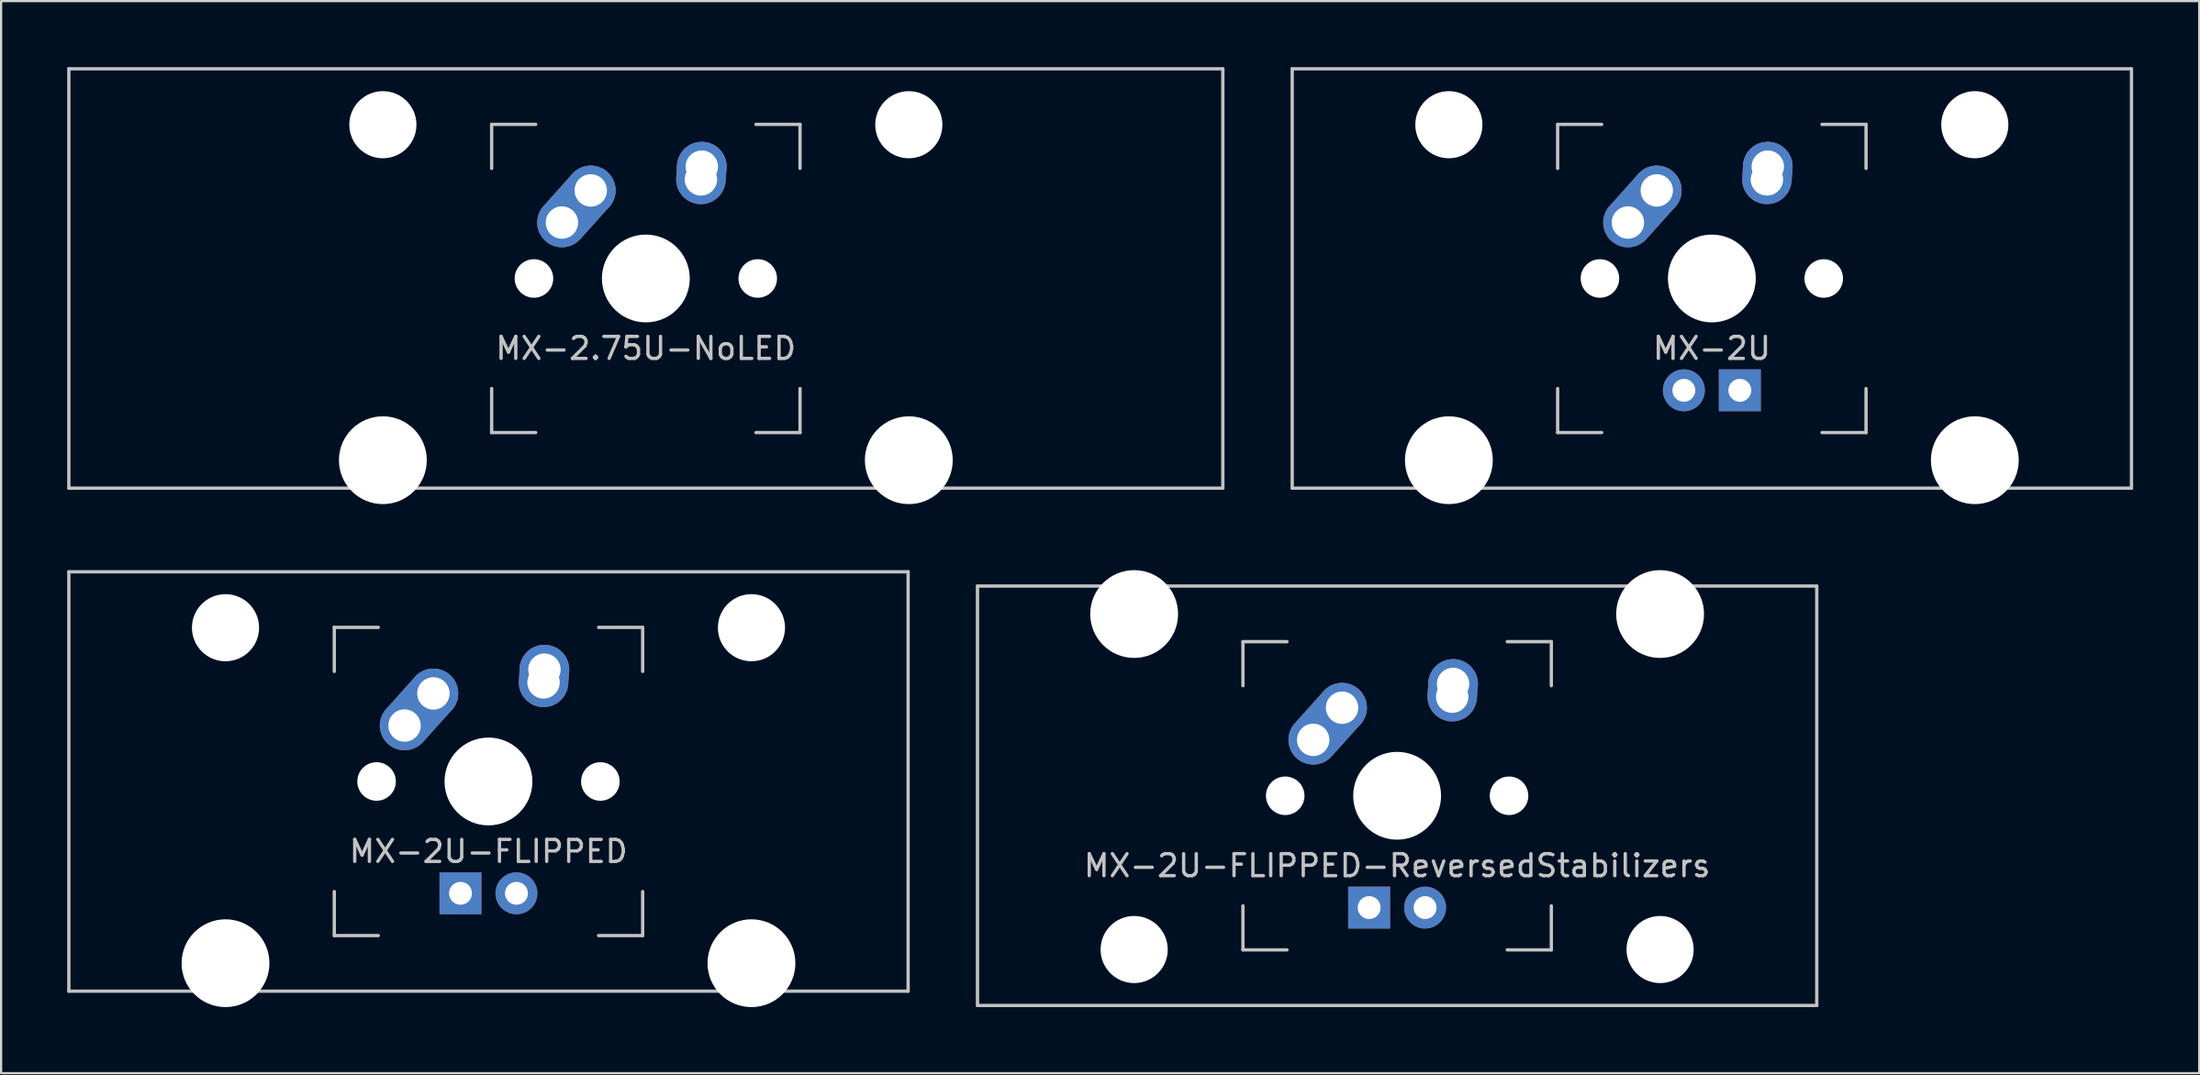
<source format=kicad_pcb>
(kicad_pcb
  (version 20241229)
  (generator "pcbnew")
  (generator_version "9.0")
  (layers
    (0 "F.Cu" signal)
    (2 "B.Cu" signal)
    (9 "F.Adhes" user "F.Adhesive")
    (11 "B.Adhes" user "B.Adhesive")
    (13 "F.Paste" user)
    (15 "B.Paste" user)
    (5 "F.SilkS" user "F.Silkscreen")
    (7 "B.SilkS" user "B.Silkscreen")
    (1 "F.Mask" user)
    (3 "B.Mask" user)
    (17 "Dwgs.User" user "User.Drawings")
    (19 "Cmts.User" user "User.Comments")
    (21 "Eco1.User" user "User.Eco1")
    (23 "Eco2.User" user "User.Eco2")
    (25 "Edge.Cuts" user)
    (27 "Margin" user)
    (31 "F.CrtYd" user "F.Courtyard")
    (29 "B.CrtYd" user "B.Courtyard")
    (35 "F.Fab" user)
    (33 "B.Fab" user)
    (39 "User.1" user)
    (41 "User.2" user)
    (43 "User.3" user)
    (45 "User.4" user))
  (footprint "MX-2.75U-NoLED"
    (layer "F.Cu")
    (at 26.269 9.6)
    (property "Reference" "MX-2.75U-NoLED" (at 0 3.175 0) (layer "Dwgs.User") (effects (font (size 1 1) (thickness 0.15))))
    (attr through_hole)
    (fp_line (start -26.194 -9.525) (end 26.194 -9.525) (stroke (width 0.15) (type solid)) (layer "Dwgs.User"))
    (fp_line (start -26.194 9.525) (end -26.194 -9.525) (stroke (width 0.15) (type solid)) (layer "Dwgs.User"))
    (fp_line (start -26.194 9.525) (end 26.194 9.525) (stroke (width 0.15) (type solid)) (layer "Dwgs.User"))
    (fp_line (start -7 -7) (end -7 -5) (stroke (width 0.15) (type solid)) (layer "Dwgs.User"))
    (fp_line (start -7 5) (end -7 7) (stroke (width 0.15) (type solid)) (layer "Dwgs.User"))
    (fp_line (start -7 7) (end -5 7) (stroke (width 0.15) (type solid)) (layer "Dwgs.User"))
    (fp_line (start -5 -7) (end -7 -7) (stroke (width 0.15) (type solid)) (layer "Dwgs.User"))
    (fp_line (start 5 -7) (end 7 -7) (stroke (width 0.15) (type solid)) (layer "Dwgs.User"))
    (fp_line (start 5 7) (end 7 7) (stroke (width 0.15) (type solid)) (layer "Dwgs.User"))
    (fp_line (start 7 -7) (end 7 -5) (stroke (width 0.15) (type solid)) (layer "Dwgs.User"))
    (fp_line (start 7 7) (end 7 5) (stroke (width 0.15) (type solid)) (layer "Dwgs.User"))
    (fp_line (start 26.194 -9.525) (end 26.194 9.525) (stroke (width 0.15) (type solid)) (layer "Dwgs.User"))
    (pad "" np_thru_hole circle (at -11.938 -6.985) (size 3.048 3.048) (drill 3.048) (layers "*.Cu" "*.Mask"))
    (pad "" np_thru_hole circle (at -11.938 8.255) (size 3.988 3.988) (drill 3.988) (layers "*.Cu" "*.Mask"))
    (pad "" np_thru_hole circle (at -5.08 0 48.1) (size 1.75 1.75) (drill 1.75) (layers "*.Cu" "*.Mask"))
    (pad "" np_thru_hole circle (at 0 0) (size 3.988 3.988) (drill 3.988) (layers "*.Cu" "*.Mask"))
    (pad "" np_thru_hole circle (at 5.08 0 48.1) (size 1.75 1.75) (drill 1.75) (layers "*.Cu" "*.Mask"))
    (pad "" np_thru_hole circle (at 11.938 -6.985) (size 3.048 3.048) (drill 3.048) (layers "*.Cu" "*.Mask"))
    (pad "" np_thru_hole circle (at 11.938 8.255) (size 3.988 3.988) (drill 3.988) (layers "*.Cu" "*.Mask"))
    (pad "1" thru_hole oval (at -3.81 -2.54 48.1) (size 4.212 2.25) (drill 1.47 (offset 0.981 0)) (layers "*.Cu" "*.Mask"))
    (pad "1" thru_hole circle (at -2.5 -4) (size 2.25 2.25) (drill 1.47) (layers "*.Cu" "*.Mask"))
    (pad "2" thru_hole oval (at 2.5 -4.5 86.055) (size 2.831 2.25) (drill 1.47 (offset 0.291 0)) (layers "*.Cu" "*.Mask"))
    (pad "2" thru_hole circle (at 2.54 -5.08) (size 2.25 2.25) (drill 1.47) (layers "*.Cu" "*.Mask")))
  (footprint "MX-2U-FLIPPED-ReversedStabilizers"
    (layer "F.Cu")
    (at 60.375 33.098)
    (property "Reference" "MX-2U-FLIPPED-ReversedStabilizers" (at 0 3.175 0) (layer "Dwgs.User") (effects (font (size 1 1) (thickness 0.15))))
    (attr through_hole)
    (fp_line (start -19.05 -9.525) (end 19.05 -9.525) (stroke (width 0.15) (type solid)) (layer "Dwgs.User"))
    (fp_line (start -19.05 9.525) (end -19.05 -9.525) (stroke (width 0.15) (type solid)) (layer "Dwgs.User"))
    (fp_line (start -19.05 9.525) (end 19.05 9.525) (stroke (width 0.15) (type solid)) (layer "Dwgs.User"))
    (fp_line (start -7 -7) (end -7 -5) (stroke (width 0.15) (type solid)) (layer "Dwgs.User"))
    (fp_line (start -7 5) (end -7 7) (stroke (width 0.15) (type solid)) (layer "Dwgs.User"))
    (fp_line (start -7 7) (end -5 7) (stroke (width 0.15) (type solid)) (layer "Dwgs.User"))
    (fp_line (start -5 -7) (end -7 -7) (stroke (width 0.15) (type solid)) (layer "Dwgs.User"))
    (fp_line (start 5 -7) (end 7 -7) (stroke (width 0.15) (type solid)) (layer "Dwgs.User"))
    (fp_line (start 5 7) (end 7 7) (stroke (width 0.15) (type solid)) (layer "Dwgs.User"))
    (fp_line (start 7 -7) (end 7 -5) (stroke (width 0.15) (type solid)) (layer "Dwgs.User"))
    (fp_line (start 7 7) (end 7 5) (stroke (width 0.15) (type solid)) (layer "Dwgs.User"))
    (fp_line (start 19.05 -9.525) (end 19.05 9.525) (stroke (width 0.15) (type solid)) (layer "Dwgs.User"))
    (pad "" np_thru_hole circle (at -11.938 -8.255) (size 3.988 3.988) (drill 3.988) (layers "*.Cu" "*.Mask"))
    (pad "" np_thru_hole circle (at -11.938 6.985) (size 3.048 3.048) (drill 3.048) (layers "*.Cu" "*.Mask"))
    (pad "" np_thru_hole circle (at -5.08 0 48.1) (size 1.75 1.75) (drill 1.75) (layers "*.Cu" "*.Mask"))
    (pad "" np_thru_hole circle (at 0 0) (size 3.988 3.988) (drill 3.988) (layers "*.Cu" "*.Mask"))
    (pad "" np_thru_hole circle (at 5.08 0 48.1) (size 1.75 1.75) (drill 1.75) (layers "*.Cu" "*.Mask"))
    (pad "" np_thru_hole circle (at 11.938 -8.255) (size 3.988 3.988) (drill 3.988) (layers "*.Cu" "*.Mask"))
    (pad "" np_thru_hole circle (at 11.938 6.985) (size 3.048 3.048) (drill 3.048) (layers "*.Cu" "*.Mask"))
    (pad "1" thru_hole oval (at -3.81 -2.54 48.1) (size 4.212 2.25) (drill 1.47 (offset 0.981 0)) (layers "*.Cu" "*.Mask"))
    (pad "1" thru_hole circle (at -2.5 -4) (size 2.25 2.25) (drill 1.47) (layers "*.Cu" "*.Mask"))
    (pad "2" thru_hole oval (at 2.5 -4.5 86.055) (size 2.831 2.25) (drill 1.47 (offset 0.291 0)) (layers "*.Cu" "*.Mask"))
    (pad "2" thru_hole circle (at 2.54 -5.08) (size 2.25 2.25) (drill 1.47) (layers "*.Cu" "*.Mask"))
    (pad "3" thru_hole circle (at 1.27 5.08) (size 1.905 1.905) (drill 1.04) (layers "*.Cu" "*.Mask"))
    (pad "4" thru_hole rect (at -1.27 5.08) (size 1.905 1.905) (drill 1.04) (layers "*.Cu" "*.Mask")))
  (footprint "MX-2U"
    (layer "F.Cu")
    (at 74.662 9.6)
    (property "Reference" "MX-2U" (at 0 3.175 0) (layer "Dwgs.User") (effects (font (size 1 1) (thickness 0.15))))
    (attr through_hole)
    (fp_line (start -19.05 -9.525) (end 19.05 -9.525) (stroke (width 0.15) (type solid)) (layer "Dwgs.User"))
    (fp_line (start -19.05 9.525) (end -19.05 -9.525) (stroke (width 0.15) (type solid)) (layer "Dwgs.User"))
    (fp_line (start -19.05 9.525) (end 19.05 9.525) (stroke (width 0.15) (type solid)) (layer "Dwgs.User"))
    (fp_line (start -7 -7) (end -7 -5) (stroke (width 0.15) (type solid)) (layer "Dwgs.User"))
    (fp_line (start -7 5) (end -7 7) (stroke (width 0.15) (type solid)) (layer "Dwgs.User"))
    (fp_line (start -7 7) (end -5 7) (stroke (width 0.15) (type solid)) (layer "Dwgs.User"))
    (fp_line (start -5 -7) (end -7 -7) (stroke (width 0.15) (type solid)) (layer "Dwgs.User"))
    (fp_line (start 5 -7) (end 7 -7) (stroke (width 0.15) (type solid)) (layer "Dwgs.User"))
    (fp_line (start 5 7) (end 7 7) (stroke (width 0.15) (type solid)) (layer "Dwgs.User"))
    (fp_line (start 7 -7) (end 7 -5) (stroke (width 0.15) (type solid)) (layer "Dwgs.User"))
    (fp_line (start 7 7) (end 7 5) (stroke (width 0.15) (type solid)) (layer "Dwgs.User"))
    (fp_line (start 19.05 -9.525) (end 19.05 9.525) (stroke (width 0.15) (type solid)) (layer "Dwgs.User"))
    (pad "" np_thru_hole circle (at -11.938 -6.985) (size 3.048 3.048) (drill 3.048) (layers "*.Cu" "*.Mask"))
    (pad "" np_thru_hole circle (at -11.938 8.255) (size 3.988 3.988) (drill 3.988) (layers "*.Cu" "*.Mask"))
    (pad "" np_thru_hole circle (at -5.08 0 48.1) (size 1.75 1.75) (drill 1.75) (layers "*.Cu" "*.Mask"))
    (pad "" np_thru_hole circle (at 0 0) (size 3.988 3.988) (drill 3.988) (layers "*.Cu" "*.Mask"))
    (pad "" np_thru_hole circle (at 5.08 0 48.1) (size 1.75 1.75) (drill 1.75) (layers "*.Cu" "*.Mask"))
    (pad "" np_thru_hole circle (at 11.938 -6.985) (size 3.048 3.048) (drill 3.048) (layers "*.Cu" "*.Mask"))
    (pad "" np_thru_hole circle (at 11.938 8.255) (size 3.988 3.988) (drill 3.988) (layers "*.Cu" "*.Mask"))
    (pad "1" thru_hole oval (at -3.81 -2.54 48.1) (size 4.212 2.25) (drill 1.47 (offset 0.981 0)) (layers "*.Cu" "*.Mask"))
    (pad "1" thru_hole circle (at -2.5 -4) (size 2.25 2.25) (drill 1.47) (layers "*.Cu" "*.Mask"))
    (pad "2" thru_hole oval (at 2.5 -4.5 86.055) (size 2.831 2.25) (drill 1.47 (offset 0.291 0)) (layers "*.Cu" "*.Mask"))
    (pad "2" thru_hole circle (at 2.54 -5.08) (size 2.25 2.25) (drill 1.47) (layers "*.Cu" "*.Mask"))
    (pad "3" thru_hole circle (at -1.27 5.08) (size 1.905 1.905) (drill 1.04) (layers "*.Cu" "*.Mask"))
    (pad "4" thru_hole rect (at 1.27 5.08) (size 1.905 1.905) (drill 1.04) (layers "*.Cu" "*.Mask")))
  (footprint "MX-2U-FLIPPED"
    (layer "F.Cu")
    (at 19.125 32.449)
    (property "Reference" "MX-2U-FLIPPED" (at 0 3.175 0) (layer "Dwgs.User") (effects (font (size 1 1) (thickness 0.15))))
    (attr through_hole)
    (fp_line (start -19.05 -9.525) (end 19.05 -9.525) (stroke (width 0.15) (type solid)) (layer "Dwgs.User"))
    (fp_line (start -19.05 9.525) (end -19.05 -9.525) (stroke (width 0.15) (type solid)) (layer "Dwgs.User"))
    (fp_line (start -19.05 9.525) (end 19.05 9.525) (stroke (width 0.15) (type solid)) (layer "Dwgs.User"))
    (fp_line (start -7 -7) (end -7 -5) (stroke (width 0.15) (type solid)) (layer "Dwgs.User"))
    (fp_line (start -7 5) (end -7 7) (stroke (width 0.15) (type solid)) (layer "Dwgs.User"))
    (fp_line (start -7 7) (end -5 7) (stroke (width 0.15) (type solid)) (layer "Dwgs.User"))
    (fp_line (start -5 -7) (end -7 -7) (stroke (width 0.15) (type solid)) (layer "Dwgs.User"))
    (fp_line (start 5 -7) (end 7 -7) (stroke (width 0.15) (type solid)) (layer "Dwgs.User"))
    (fp_line (start 5 7) (end 7 7) (stroke (width 0.15) (type solid)) (layer "Dwgs.User"))
    (fp_line (start 7 -7) (end 7 -5) (stroke (width 0.15) (type solid)) (layer "Dwgs.User"))
    (fp_line (start 7 7) (end 7 5) (stroke (width 0.15) (type solid)) (layer "Dwgs.User"))
    (fp_line (start 19.05 -9.525) (end 19.05 9.525) (stroke (width 0.15) (type solid)) (layer "Dwgs.User"))
    (pad "" np_thru_hole circle (at -11.938 -6.985) (size 3.048 3.048) (drill 3.048) (layers "*.Cu" "*.Mask"))
    (pad "" np_thru_hole circle (at -11.938 8.255) (size 3.988 3.988) (drill 3.988) (layers "*.Cu" "*.Mask"))
    (pad "" np_thru_hole circle (at -5.08 0 48.1) (size 1.75 1.75) (drill 1.75) (layers "*.Cu" "*.Mask"))
    (pad "" np_thru_hole circle (at 0 0) (size 3.988 3.988) (drill 3.988) (layers "*.Cu" "*.Mask"))
    (pad "" np_thru_hole circle (at 5.08 0 48.1) (size 1.75 1.75) (drill 1.75) (layers "*.Cu" "*.Mask"))
    (pad "" np_thru_hole circle (at 11.938 -6.985) (size 3.048 3.048) (drill 3.048) (layers "*.Cu" "*.Mask"))
    (pad "" np_thru_hole circle (at 11.938 8.255) (size 3.988 3.988) (drill 3.988) (layers "*.Cu" "*.Mask"))
    (pad "1" thru_hole oval (at -3.81 -2.54 48.1) (size 4.212 2.25) (drill 1.47 (offset 0.981 0)) (layers "*.Cu" "*.Mask"))
    (pad "1" thru_hole circle (at -2.5 -4) (size 2.25 2.25) (drill 1.47) (layers "*.Cu" "*.Mask"))
    (pad "2" thru_hole oval (at 2.5 -4.5 86.055) (size 2.831 2.25) (drill 1.47 (offset 0.291 0)) (layers "*.Cu" "*.Mask"))
    (pad "2" thru_hole circle (at 2.54 -5.08) (size 2.25 2.25) (drill 1.47) (layers "*.Cu" "*.Mask"))
    (pad "3" thru_hole circle (at 1.27 5.08) (size 1.905 1.905) (drill 1.04) (layers "*.Cu" "*.Mask"))
    (pad "4" thru_hole rect (at -1.27 5.08) (size 1.905 1.905) (drill 1.04) (layers "*.Cu" "*.Mask")))
  (gr_rect
    (start -3 -3)
    (end 96.787 45.698)
    (stroke (width 0.1) (type default))
    (fill no)
    (layer "Edge.Cuts")))
</source>
